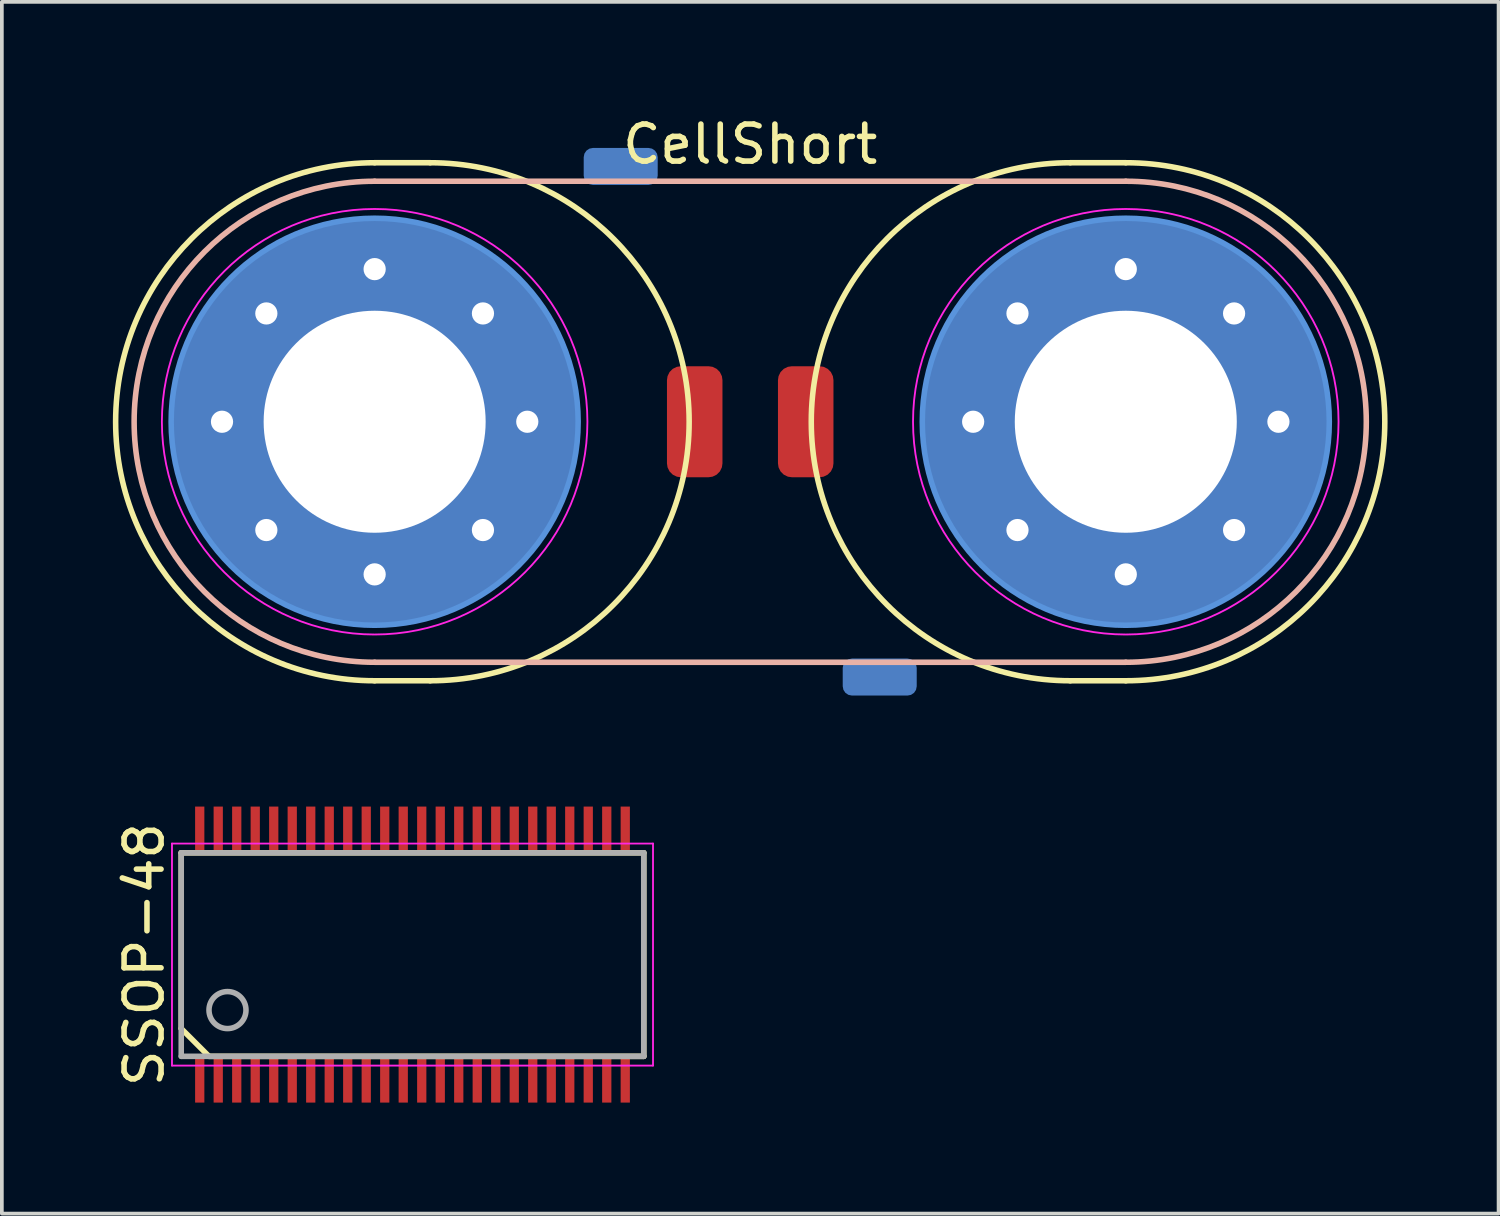
<source format=kicad_pcb>
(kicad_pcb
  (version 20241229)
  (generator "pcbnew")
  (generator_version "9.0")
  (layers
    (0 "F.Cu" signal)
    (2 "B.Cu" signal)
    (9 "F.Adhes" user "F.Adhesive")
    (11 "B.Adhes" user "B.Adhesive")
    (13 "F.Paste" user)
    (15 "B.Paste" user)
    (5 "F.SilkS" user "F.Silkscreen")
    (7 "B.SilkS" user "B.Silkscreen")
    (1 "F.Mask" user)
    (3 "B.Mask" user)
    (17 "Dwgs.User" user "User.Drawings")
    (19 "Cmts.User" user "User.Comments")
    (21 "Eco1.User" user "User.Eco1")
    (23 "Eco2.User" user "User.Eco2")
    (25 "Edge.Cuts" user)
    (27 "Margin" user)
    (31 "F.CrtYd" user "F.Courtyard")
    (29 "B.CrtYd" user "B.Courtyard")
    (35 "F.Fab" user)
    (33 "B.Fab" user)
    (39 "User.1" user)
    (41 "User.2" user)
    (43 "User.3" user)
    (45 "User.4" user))
  (footprint "CellShort"
    (layer "F.Cu")
    (at 17.225 8.348)
    (property "Reference" "CellShort" (at 0 -7.5 0) (layer "F.SilkS") (effects (font (size 1 1) (thickness 0.15))))
    (attr exclude_from_pos_files exclude_from_bom)
    (fp_line (start -10.15 -7) (end -8.65 -7) (stroke (width 0.15) (type solid)) (layer "F.SilkS"))
    (fp_line (start -10.15 7) (end -8.65 7) (stroke (width 0.15) (type solid)) (layer "F.SilkS"))
    (fp_line (start 8.65 -7) (end 10.15 -7) (stroke (width 0.15) (type solid)) (layer "F.SilkS"))
    (fp_line (start 8.65 7) (end 10.15 7) (stroke (width 0.15) (type solid)) (layer "F.SilkS"))
    (fp_arc (start -10.15 7) (mid -17.15 0) (end -10.15 -7) (stroke (width 0.15) (type solid)) (layer "F.SilkS"))
    (fp_arc (start -8.65 -7) (mid -1.65 0) (end -8.65 7) (stroke (width 0.15) (type solid)) (layer "F.SilkS"))
    (fp_arc (start 8.65 7) (mid 1.65 0) (end 8.65 -7) (stroke (width 0.15) (type solid)) (layer "F.SilkS"))
    (fp_arc (start 10.15 -7) (mid 17.15 0) (end 10.15 7) (stroke (width 0.15) (type solid)) (layer "F.SilkS"))
    (fp_line (start -10.15 -6.5) (end 10.15 -6.5) (stroke (width 0.15) (type solid)) (layer "B.SilkS"))
    (fp_line (start -10.15 6.5) (end 10.15 6.5) (stroke (width 0.15) (type solid)) (layer "B.SilkS"))
    (fp_arc (start -10.15 6.5) (mid -16.65 0) (end -10.15 -6.5) (stroke (width 0.15) (type solid)) (layer "B.SilkS"))
    (fp_arc (start 10.15 -6.5) (mid 16.65 0) (end 10.15 6.5) (stroke (width 0.15) (type solid)) (layer "B.SilkS"))
    (fp_circle (center -10.15 0) (end -4.65 0) (stroke (width 0.15) (type solid)) (fill no) (layer "Cmts.User"))
    (fp_circle (center 10.15 0) (end 15.65 0) (stroke (width 0.15) (type solid)) (fill no) (layer "Cmts.User"))
    (fp_circle (center -10.15 0) (end -4.4 0) (stroke (width 0.05) (type solid)) (fill no) (layer "F.CrtYd"))
    (fp_circle (center 10.15 0) (end 15.9 0) (stroke (width 0.05) (type solid)) (fill no) (layer "F.CrtYd"))
    (pad "" smd roundrect (at -3.5 -6.9) (size 2 1) (layers "B.Cu" "B.Mask") (roundrect_rratio 0.25))
    (pad "" smd roundrect (at -1.5 0 90) (size 3 1.5) (layers "F.Cu" "F.Mask") (roundrect_rratio 0.25))
    (pad "" smd roundrect (at 1.5 0 90) (size 3 1.5) (layers "F.Cu" "F.Mask") (roundrect_rratio 0.25))
    (pad "" smd roundrect (at 3.5 6.9) (size 2 1) (layers "B.Cu" "B.Mask") (roundrect_rratio 0.25))
    (pad "" thru_hole circle (at 6.025 0) (size 0.9 0.9) (drill 0.6) (layers "*.Cu" "*.Mask"))
    (pad "" thru_hole circle (at 7.223 -2.927) (size 0.9 0.9) (drill 0.6) (layers "*.Cu" "*.Mask"))
    (pad "" thru_hole circle (at 7.223 2.927) (size 0.9 0.9) (drill 0.6) (layers "*.Cu" "*.Mask"))
    (pad "" thru_hole circle (at 10.15 -4.125) (size 0.9 0.9) (drill 0.6) (layers "*.Cu" "*.Mask"))
    (pad "" thru_hole circle (at 10.15 0) (size 11 11) (drill 6) (layers "*.Cu" "*.Mask"))
    (pad "" thru_hole circle (at 10.15 4.125) (size 0.9 0.9) (drill 0.6) (layers "*.Cu" "*.Mask"))
    (pad "" thru_hole circle (at 13.077 -2.927) (size 0.9 0.9) (drill 0.6) (layers "*.Cu" "*.Mask"))
    (pad "" thru_hole circle (at 13.077 2.927) (size 0.9 0.9) (drill 0.6) (layers "*.Cu" "*.Mask"))
    (pad "" thru_hole circle (at 14.275 0) (size 0.9 0.9) (drill 0.6) (layers "*.Cu" "*.Mask"))
    (pad "1" thru_hole circle (at -14.275 0) (size 0.9 0.9) (drill 0.6) (layers "*.Cu" "*.Mask"))
    (pad "1" thru_hole circle (at -13.077 -2.927) (size 0.9 0.9) (drill 0.6) (layers "*.Cu" "*.Mask"))
    (pad "1" thru_hole circle (at -13.077 2.927) (size 0.9 0.9) (drill 0.6) (layers "*.Cu" "*.Mask"))
    (pad "1" thru_hole circle (at -10.15 -4.125) (size 0.9 0.9) (drill 0.6) (layers "*.Cu" "*.Mask"))
    (pad "1" thru_hole circle (at -10.15 0) (size 11 11) (drill 6) (layers "*.Cu" "*.Mask"))
    (pad "1" thru_hole circle (at -10.15 4.125) (size 0.9 0.9) (drill 0.6) (layers "*.Cu" "*.Mask"))
    (pad "1" thru_hole circle (at -7.223 -2.927) (size 0.9 0.9) (drill 0.6) (layers "*.Cu" "*.Mask"))
    (pad "1" thru_hole circle (at -7.223 2.927) (size 0.9 0.9) (drill 0.6) (layers "*.Cu" "*.Mask"))
    (pad "1" thru_hole circle (at -6.025 0) (size 0.9 0.9) (drill 0.6) (layers "*.Cu" "*.Mask")))
  (footprint "SSOP-48"
    (layer "F.Cu")
    (at 8.098 22.748)
    (property "Reference" "SSOP-48" (at -7.25 0 90) (layer "F.SilkS") (effects (font (size 1 1) (thickness 0.15))))
    (attr smd)
    (fp_line (start -6.25 -2.75) (end 6.25 -2.75) (stroke (width 0.15) (type solid)) (layer "F.SilkS"))
    (fp_line (start -6.25 2) (end -6.25 -2.75) (stroke (width 0.15) (type solid)) (layer "F.SilkS"))
    (fp_line (start -5.5 2.75) (end -6.25 2) (stroke (width 0.15) (type solid)) (layer "F.SilkS"))
    (fp_line (start 6.25 -2.75) (end 6.25 2.75) (stroke (width 0.15) (type solid)) (layer "F.SilkS"))
    (fp_line (start 6.25 2.75) (end -5.5 2.75) (stroke (width 0.15) (type solid)) (layer "F.SilkS"))
    (fp_line (start -6.5 -3) (end 6.5 -3) (stroke (width 0.05) (type solid)) (layer "F.CrtYd"))
    (fp_line (start -6.5 3) (end -6.5 -3) (stroke (width 0.05) (type solid)) (layer "F.CrtYd"))
    (fp_line (start 6.5 -3) (end 6.5 3) (stroke (width 0.05) (type solid)) (layer "F.CrtYd"))
    (fp_line (start 6.5 3) (end -6.5 3) (stroke (width 0.05) (type solid)) (layer "F.CrtYd"))
    (fp_line (start -6.25 -2.75) (end -6.25 2.75) (stroke (width 0.15) (type solid)) (layer "F.Fab"))
    (fp_line (start -6.25 2.75) (end 6.25 2.75) (stroke (width 0.15) (type solid)) (layer "F.Fab"))
    (fp_line (start 6.25 -2.75) (end -6.25 -2.75) (stroke (width 0.15) (type solid)) (layer "F.Fab"))
    (fp_line (start 6.25 2.75) (end 6.25 -2.75) (stroke (width 0.15) (type solid)) (layer "F.Fab"))
    (fp_circle (center -5 1.5) (end -5.5 1.5) (stroke (width 0.15) (type solid)) (fill no) (layer "F.Fab"))
    (pad "1" smd rect (at -5.75 3.375) (size 0.25 1.25) (layers "F.Cu" "F.Mask" "F.Paste"))
    (pad "2" smd rect (at -5.25 3.375) (size 0.25 1.25) (layers "F.Cu" "F.Mask" "F.Paste"))
    (pad "3" smd rect (at -4.75 3.375) (size 0.25 1.25) (layers "F.Cu" "F.Mask" "F.Paste"))
    (pad "4" smd rect (at -4.25 3.375) (size 0.25 1.25) (layers "F.Cu" "F.Mask" "F.Paste"))
    (pad "5" smd rect (at -3.75 3.375) (size 0.25 1.25) (layers "F.Cu" "F.Mask" "F.Paste"))
    (pad "6" smd rect (at -3.25 3.375) (size 0.25 1.25) (layers "F.Cu" "F.Mask" "F.Paste"))
    (pad "7" smd rect (at -2.75 3.375) (size 0.25 1.25) (layers "F.Cu" "F.Mask" "F.Paste"))
    (pad "8" smd rect (at -2.25 3.375) (size 0.25 1.25) (layers "F.Cu" "F.Mask" "F.Paste"))
    (pad "9" smd rect (at -1.75 3.375) (size 0.25 1.25) (layers "F.Cu" "F.Mask" "F.Paste"))
    (pad "10" smd rect (at -1.25 3.375) (size 0.25 1.25) (layers "F.Cu" "F.Mask" "F.Paste"))
    (pad "11" smd rect (at -0.75 3.375) (size 0.25 1.25) (layers "F.Cu" "F.Mask" "F.Paste"))
    (pad "12" smd rect (at -0.25 3.375) (size 0.25 1.25) (layers "F.Cu" "F.Mask" "F.Paste"))
    (pad "13" smd rect (at 0.25 3.375) (size 0.25 1.25) (layers "F.Cu" "F.Mask" "F.Paste"))
    (pad "14" smd rect (at 0.75 3.375) (size 0.25 1.25) (layers "F.Cu" "F.Mask" "F.Paste"))
    (pad "15" smd rect (at 1.25 3.375) (size 0.25 1.25) (layers "F.Cu" "F.Mask" "F.Paste"))
    (pad "16" smd rect (at 1.75 3.375) (size 0.25 1.25) (layers "F.Cu" "F.Mask" "F.Paste"))
    (pad "17" smd rect (at 2.25 3.375) (size 0.25 1.25) (layers "F.Cu" "F.Mask" "F.Paste"))
    (pad "18" smd rect (at 2.75 3.375) (size 0.25 1.25) (layers "F.Cu" "F.Mask" "F.Paste"))
    (pad "19" smd rect (at 3.25 3.375) (size 0.25 1.25) (layers "F.Cu" "F.Mask" "F.Paste"))
    (pad "20" smd rect (at 3.75 3.375) (size 0.25 1.25) (layers "F.Cu" "F.Mask" "F.Paste"))
    (pad "21" smd rect (at 4.25 3.375) (size 0.25 1.25) (layers "F.Cu" "F.Mask" "F.Paste"))
    (pad "22" smd rect (at 4.75 3.375) (size 0.25 1.25) (layers "F.Cu" "F.Mask" "F.Paste"))
    (pad "23" smd rect (at 5.25 3.375) (size 0.25 1.25) (layers "F.Cu" "F.Mask" "F.Paste"))
    (pad "24" smd rect (at 5.75 3.375) (size 0.25 1.25) (layers "F.Cu" "F.Mask" "F.Paste"))
    (pad "25" smd rect (at 5.75 -3.375) (size 0.25 1.25) (layers "F.Cu" "F.Mask" "F.Paste"))
    (pad "26" smd rect (at 5.25 -3.375) (size 0.25 1.25) (layers "F.Cu" "F.Mask" "F.Paste"))
    (pad "27" smd rect (at 4.75 -3.375) (size 0.25 1.25) (layers "F.Cu" "F.Mask" "F.Paste"))
    (pad "28" smd rect (at 4.25 -3.375) (size 0.25 1.25) (layers "F.Cu" "F.Mask" "F.Paste"))
    (pad "29" smd rect (at 3.75 -3.375) (size 0.25 1.25) (layers "F.Cu" "F.Mask" "F.Paste"))
    (pad "30" smd rect (at 3.25 -3.375) (size 0.25 1.25) (layers "F.Cu" "F.Mask" "F.Paste"))
    (pad "31" smd rect (at 2.75 -3.375) (size 0.25 1.25) (layers "F.Cu" "F.Mask" "F.Paste"))
    (pad "32" smd rect (at 2.25 -3.375) (size 0.25 1.25) (layers "F.Cu" "F.Mask" "F.Paste"))
    (pad "33" smd rect (at 1.75 -3.375) (size 0.25 1.25) (layers "F.Cu" "F.Mask" "F.Paste"))
    (pad "34" smd rect (at 1.25 -3.375) (size 0.25 1.25) (layers "F.Cu" "F.Mask" "F.Paste"))
    (pad "35" smd rect (at 0.75 -3.375) (size 0.25 1.25) (layers "F.Cu" "F.Mask" "F.Paste"))
    (pad "36" smd rect (at 0.25 -3.375) (size 0.25 1.25) (layers "F.Cu" "F.Mask" "F.Paste"))
    (pad "37" smd rect (at -0.25 -3.375) (size 0.25 1.25) (layers "F.Cu" "F.Mask" "F.Paste"))
    (pad "38" smd rect (at -0.75 -3.375) (size 0.25 1.25) (layers "F.Cu" "F.Mask" "F.Paste"))
    (pad "39" smd rect (at -1.25 -3.375) (size 0.25 1.25) (layers "F.Cu" "F.Mask" "F.Paste"))
    (pad "40" smd rect (at -1.75 -3.375) (size 0.25 1.25) (layers "F.Cu" "F.Mask" "F.Paste"))
    (pad "41" smd rect (at -2.25 -3.375) (size 0.25 1.25) (layers "F.Cu" "F.Mask" "F.Paste"))
    (pad "42" smd rect (at -2.75 -3.375) (size 0.25 1.25) (layers "F.Cu" "F.Mask" "F.Paste"))
    (pad "43" smd rect (at -3.25 -3.375) (size 0.25 1.25) (layers "F.Cu" "F.Mask" "F.Paste"))
    (pad "44" smd rect (at -3.75 -3.375) (size 0.25 1.25) (layers "F.Cu" "F.Mask" "F.Paste"))
    (pad "45" smd rect (at -4.25 -3.375) (size 0.25 1.25) (layers "F.Cu" "F.Mask" "F.Paste"))
    (pad "46" smd rect (at -4.75 -3.375) (size 0.25 1.25) (layers "F.Cu" "F.Mask" "F.Paste"))
    (pad "47" smd rect (at -5.25 -3.375) (size 0.25 1.25) (layers "F.Cu" "F.Mask" "F.Paste"))
    (pad "48" smd rect (at -5.75 -3.375) (size 0.25 1.25) (layers "F.Cu" "F.Mask" "F.Paste")))
  (gr_rect
    (start -3 -3)
    (end 37.45 29.748)
    (stroke (width 0.1) (type default))
    (fill no)
    (layer "Edge.Cuts")))
</source>
